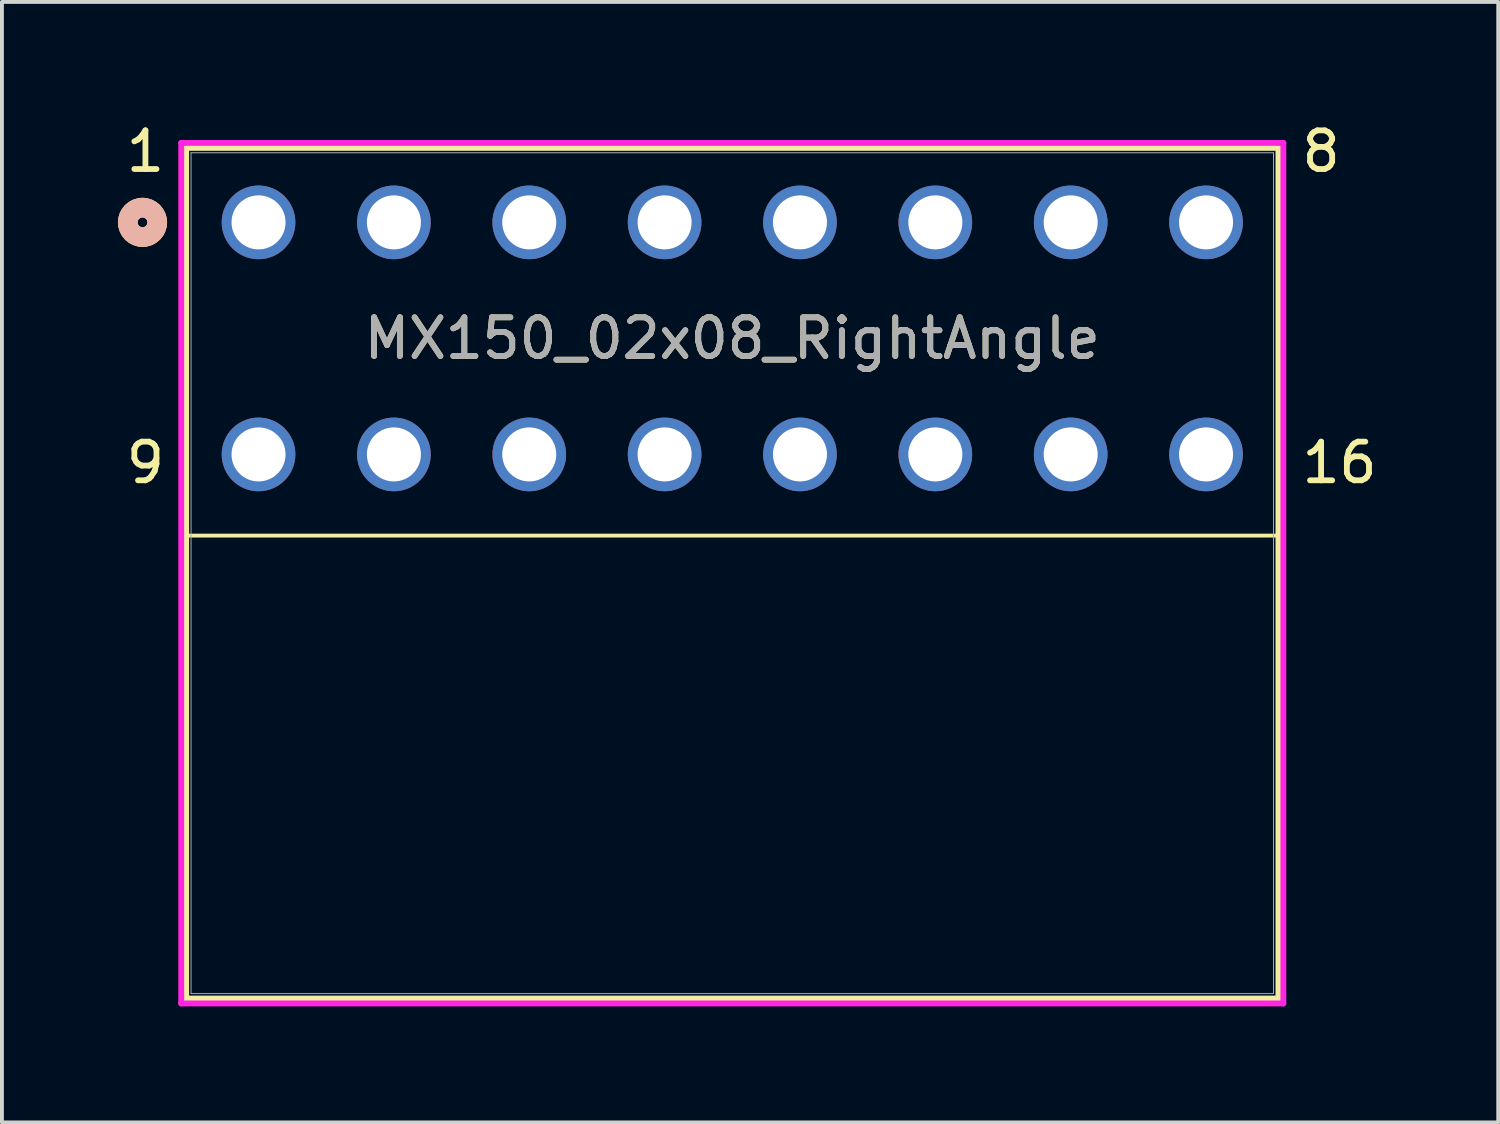
<source format=kicad_pcb>
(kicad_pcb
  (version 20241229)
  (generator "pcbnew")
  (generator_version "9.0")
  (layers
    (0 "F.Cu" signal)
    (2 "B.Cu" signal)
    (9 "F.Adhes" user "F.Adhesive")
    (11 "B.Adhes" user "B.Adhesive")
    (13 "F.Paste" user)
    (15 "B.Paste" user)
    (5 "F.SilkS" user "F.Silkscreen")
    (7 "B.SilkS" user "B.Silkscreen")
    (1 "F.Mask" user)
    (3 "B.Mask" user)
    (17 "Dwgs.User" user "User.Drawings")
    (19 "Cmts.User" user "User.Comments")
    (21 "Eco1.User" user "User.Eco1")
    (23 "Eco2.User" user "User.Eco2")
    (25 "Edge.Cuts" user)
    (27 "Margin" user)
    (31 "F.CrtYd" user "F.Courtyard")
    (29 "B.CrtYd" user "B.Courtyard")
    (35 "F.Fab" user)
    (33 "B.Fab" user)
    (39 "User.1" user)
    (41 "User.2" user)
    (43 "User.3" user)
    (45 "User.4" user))
  (footprint "MX150_02x08_RightAngle"
    (layer "F.Cu")
    (at 15.935 5.7)
    (property "Reference" "MX150_02x08_RightAngle" (at -0.05 -0.000001 0) (unlocked yes) (layer "F.SilkS") (effects (font (size 1 1) (thickness 0.15))))
    (attr through_hole)
    (fp_line (start -14.172 -4.927) (end -14.172 17.069) (stroke (width 0.152) (type solid)) (layer "F.SilkS"))
    (fp_line (start -14.172 17.069) (end 14.072 17.069) (stroke (width 0.152) (type solid)) (layer "F.SilkS"))
    (fp_line (start 14.072 -4.927) (end -14.172 -4.927) (stroke (width 0.152) (type solid)) (layer "F.SilkS"))
    (fp_line (start 14.072 17.069) (end 14.072 -4.927) (stroke (width 0.152) (type solid)) (layer "F.SilkS"))
    (fp_rect (start -14.183 -4.927) (end 14.072 5.1) (stroke (width 0.1) (type default)) (fill no) (layer "F.SilkS"))
    (fp_circle (center -15.3 -3) (end -14.919 -3) (stroke (width 0.508) (type solid)) (fill no) (layer "F.SilkS"))
    (fp_circle (center -15.3 -3) (end -14.919 -3) (stroke (width 0.508) (type solid)) (fill no) (layer "B.SilkS"))
    (fp_line (start -14.299 -5.054) (end -14.299 17.196) (stroke (width 0.152) (type solid)) (layer "F.CrtYd"))
    (fp_line (start -14.299 17.196) (end 14.199 17.196) (stroke (width 0.152) (type solid)) (layer "F.CrtYd"))
    (fp_line (start 14.199 -5.054) (end -14.299 -5.054) (stroke (width 0.152) (type solid)) (layer "F.CrtYd"))
    (fp_line (start 14.199 17.196) (end 14.199 -5.054) (stroke (width 0.152) (type solid)) (layer "F.CrtYd"))
    (fp_line (start -14.045 -4.8) (end -14.045 16.942) (stroke (width 0.025) (type solid)) (layer "F.Fab"))
    (fp_line (start -14.045 16.942) (end 13.945 16.942) (stroke (width 0.025) (type solid)) (layer "F.Fab"))
    (fp_line (start 13.945 -4.8) (end -14.045 -4.8) (stroke (width 0.025) (type solid)) (layer "F.Fab"))
    (fp_line (start 13.945 16.942) (end 13.945 -4.8) (stroke (width 0.025) (type solid)) (layer "F.Fab"))
    (fp_circle (center -12.3 -3) (end -11.919 -3) (stroke (width 0.508) (type solid)) (fill no) (layer "F.Fab"))
    (fp_text user "8\n\n\n\n\n16" (at 14.6 3.8 0) (unlocked yes) (layer "F.SilkS") (effects (font (size 1 1) (thickness 0.15)) (justify left bottom)))
    (fp_text user "1\n\n\n\n\n9" (at -15.8 3.8 0) (unlocked yes) (layer "F.SilkS") (effects (font (size 1 1) (thickness 0.15)) (justify left bottom)))
    (fp_text user "${REFERENCE}" (at -0.05 -0.000001 0) (unlocked yes) (layer "F.Fab") (effects (font (size 1 1) (thickness 0.15))))
    (pad "1" thru_hole circle (at -12.3 -3) (size 1.905 1.905) (drill 1.397) (layers "*.Cu" "*.Mask"))
    (pad "2" thru_hole circle (at -8.8 -3) (size 1.905 1.905) (drill 1.397) (layers "*.Cu" "*.Mask"))
    (pad "3" thru_hole circle (at -5.3 -3) (size 1.905 1.905) (drill 1.397) (layers "*.Cu" "*.Mask"))
    (pad "4" thru_hole circle (at -1.8 -3) (size 1.905 1.905) (drill 1.397) (layers "*.Cu" "*.Mask"))
    (pad "5" thru_hole circle (at 1.7 -3) (size 1.905 1.905) (drill 1.397) (layers "*.Cu" "*.Mask"))
    (pad "6" thru_hole circle (at 5.2 -3) (size 1.905 1.905) (drill 1.397) (layers "*.Cu" "*.Mask"))
    (pad "7" thru_hole circle (at 8.7 -3) (size 1.905 1.905) (drill 1.397) (layers "*.Cu" "*.Mask"))
    (pad "8" thru_hole circle (at 12.2 -3) (size 1.905 1.905) (drill 1.397) (layers "*.Cu" "*.Mask"))
    (pad "9" thru_hole circle (at -12.3 3) (size 1.905 1.905) (drill 1.397) (layers "*.Cu" "*.Mask"))
    (pad "10" thru_hole circle (at -8.8 3) (size 1.905 1.905) (drill 1.397) (layers "*.Cu" "*.Mask"))
    (pad "11" thru_hole circle (at -5.3 3) (size 1.905 1.905) (drill 1.397) (layers "*.Cu" "*.Mask"))
    (pad "12" thru_hole circle (at -1.8 3) (size 1.905 1.905) (drill 1.397) (layers "*.Cu" "*.Mask"))
    (pad "13" thru_hole circle (at 1.7 3) (size 1.905 1.905) (drill 1.397) (layers "*.Cu" "*.Mask"))
    (pad "14" thru_hole circle (at 5.2 3) (size 1.905 1.905) (drill 1.397) (layers "*.Cu" "*.Mask"))
    (pad "15" thru_hole circle (at 8.7 3) (size 1.905 1.905) (drill 1.397) (layers "*.Cu" "*.Mask"))
    (pad "15" thru_hole circle (at 12.2 3) (size 1.905 1.905) (drill 1.397) (layers "*.Cu" "*.Mask")))
  (gr_rect
    (start -3 -3)
    (end 35.69 25.972)
    (stroke (width 0.1) (type default))
    (fill no)
    (layer "Edge.Cuts")))
</source>
